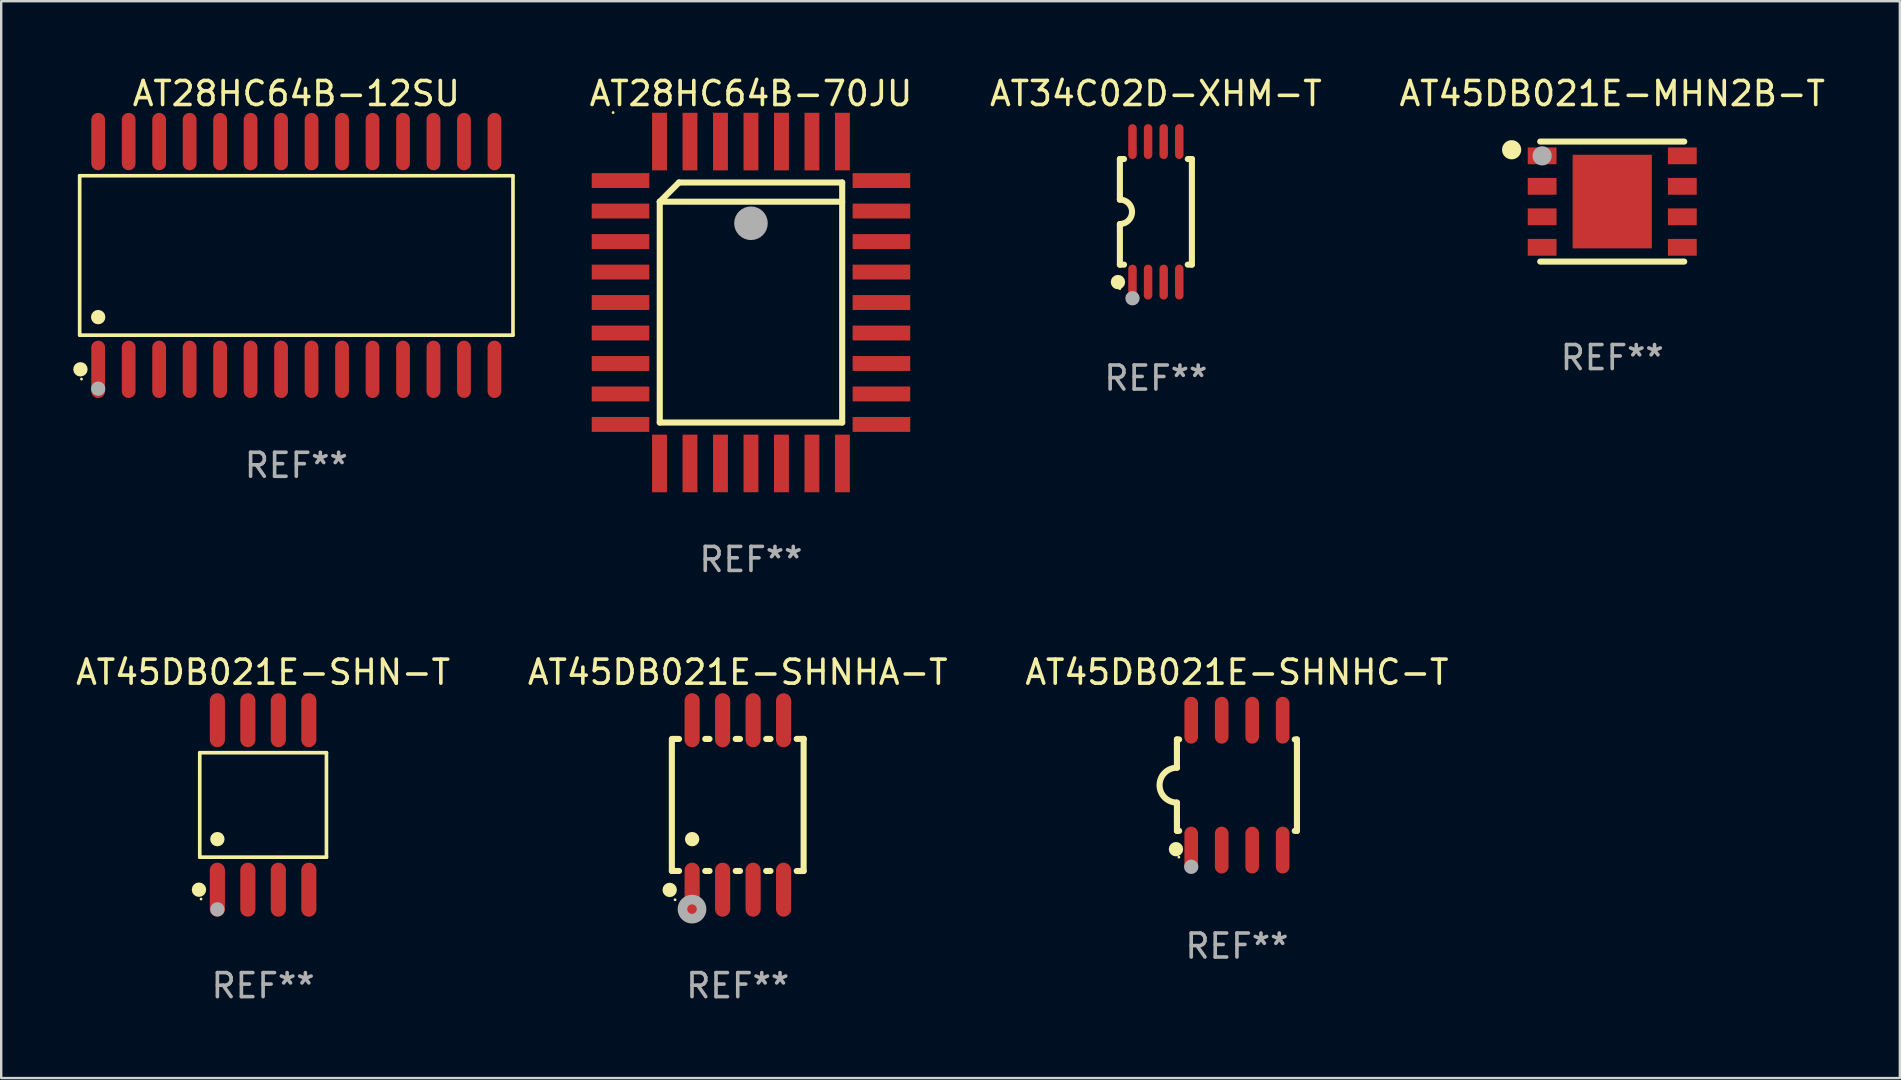
<source format=kicad_pcb>
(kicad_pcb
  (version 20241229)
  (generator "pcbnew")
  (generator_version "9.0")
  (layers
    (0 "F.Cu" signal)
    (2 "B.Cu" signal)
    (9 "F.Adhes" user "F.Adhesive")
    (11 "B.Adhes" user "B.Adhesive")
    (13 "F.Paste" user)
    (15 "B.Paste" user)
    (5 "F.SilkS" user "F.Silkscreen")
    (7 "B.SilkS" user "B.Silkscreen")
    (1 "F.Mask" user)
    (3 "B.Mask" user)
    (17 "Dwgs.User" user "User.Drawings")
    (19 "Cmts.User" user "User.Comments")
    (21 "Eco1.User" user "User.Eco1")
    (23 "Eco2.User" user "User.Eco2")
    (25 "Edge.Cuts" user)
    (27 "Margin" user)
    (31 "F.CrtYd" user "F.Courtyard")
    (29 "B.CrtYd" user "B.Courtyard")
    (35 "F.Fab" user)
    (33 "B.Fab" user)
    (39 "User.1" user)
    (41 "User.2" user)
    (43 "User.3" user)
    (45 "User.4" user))
  (footprint "AT34C02D-XHM-T"
    (layer "F.Cu")
    (at 45.105 5.775)
    (property "Reference" "AT34C02D-XHM-T" (at 0 -4.927 0) (layer "F.SilkS") (effects (font (size 1 1) (thickness 0.15))))
    (attr through_hole)
    (fp_line (start -1.5 -2.2) (end -1.5 -0.508) (stroke (width 0.254) (type solid)) (layer "F.SilkS"))
    (fp_line (start -1.5 -2.2) (end -1.328 -2.2) (stroke (width 0.254) (type solid)) (layer "F.SilkS"))
    (fp_line (start -1.5 2.2) (end -1.5 0.508) (stroke (width 0.254) (type solid)) (layer "F.SilkS"))
    (fp_line (start -1.5 2.2) (end -1.328 2.2) (stroke (width 0.254) (type solid)) (layer "F.SilkS"))
    (fp_line (start 1.328 -2.2) (end 1.5 -2.2) (stroke (width 0.254) (type solid)) (layer "F.SilkS"))
    (fp_line (start 1.328 2.2) (end 1.5 2.2) (stroke (width 0.254) (type solid)) (layer "F.SilkS"))
    (fp_line (start 1.5 -2.2) (end 1.5 2.2) (stroke (width 0.254) (type solid)) (layer "F.SilkS"))
    (fp_arc (start -1.501144 -0.508) (mid -0.993143 -0.000571) (end -1.5 0.508001) (stroke (width 0.254001) (type solid)) (layer "F.SilkS"))
    (fp_circle (center -1.581 2.927) (end -1.431 2.927) (stroke (width 0.3) (type solid)) (fill no) (layer "F.SilkS"))
    (fp_circle (center -1.5 3.2) (end -1.47 3.2) (stroke (width 0.06) (type solid)) (fill no) (layer "F.SilkS"))
    (fp_circle (center -0.975 3.6) (end -0.825 3.6) (stroke (width 0.3) (type solid)) (fill no) (layer "F.Fab"))
    (fp_text user "REF**" (at 0 6.927 0) (layer "F.Fab") (effects (font (size 1 1) (thickness 0.15))))
    (pad "1" smd oval (at -0.975 2.927) (size 0.353 1.454) (layers "F.Cu" "F.Mask" "F.Paste"))
    (pad "2" smd oval (at -0.325 2.927) (size 0.353 1.454) (layers "F.Cu" "F.Mask" "F.Paste"))
    (pad "3" smd oval (at 0.325 2.927) (size 0.353 1.454) (layers "F.Cu" "F.Mask" "F.Paste"))
    (pad "4" smd oval (at 0.975 2.927) (size 0.353 1.454) (layers "F.Cu" "F.Mask" "F.Paste"))
    (pad "5" smd oval (at 0.975 -2.927) (size 0.353 1.454) (layers "F.Cu" "F.Mask" "F.Paste"))
    (pad "6" smd oval (at 0.325 -2.927) (size 0.353 1.454) (layers "F.Cu" "F.Mask" "F.Paste"))
    (pad "7" smd oval (at -0.325 -2.927) (size 0.353 1.454) (layers "F.Cu" "F.Mask" "F.Paste"))
    (pad "8" smd oval (at -0.975 -2.927) (size 0.353 1.454) (layers "F.Cu" "F.Mask" "F.Paste")))
  (footprint "AT45DB021E-SHNHA-T"
    (layer "F.Cu")
    (at 27.685 30.485)
    (property "Reference" "AT45DB021E-SHNHA-T" (at 0 -5.53 0) (layer "F.SilkS") (effects (font (size 1 1) (thickness 0.15))))
    (attr through_hole)
    (fp_line (start -2.745 -2.75) (end -2.745 2.75) (stroke (width 0.254) (type solid)) (layer "F.SilkS"))
    (fp_line (start -2.745 2.75) (end -2.446 2.75) (stroke (width 0.254) (type solid)) (layer "F.SilkS"))
    (fp_line (start -2.446 -2.75) (end -2.725 -2.75) (stroke (width 0.254) (type solid)) (layer "F.SilkS"))
    (fp_line (start -1.354 2.75) (end -1.176 2.75) (stroke (width 0.254) (type solid)) (layer "F.SilkS"))
    (fp_line (start -1.176 -2.75) (end -1.354 -2.75) (stroke (width 0.254) (type solid)) (layer "F.SilkS"))
    (fp_line (start -0.084 2.75) (end 0.094 2.75) (stroke (width 0.254) (type solid)) (layer "F.SilkS"))
    (fp_line (start 0.094 -2.75) (end -0.084 -2.75) (stroke (width 0.254) (type solid)) (layer "F.SilkS"))
    (fp_line (start 1.186 2.75) (end 1.364 2.75) (stroke (width 0.254) (type solid)) (layer "F.SilkS"))
    (fp_line (start 1.364 -2.75) (end 1.186 -2.75) (stroke (width 0.254) (type solid)) (layer "F.SilkS"))
    (fp_line (start 2.456 2.751) (end 2.745 2.751) (stroke (width 0.254) (type solid)) (layer "F.SilkS"))
    (fp_line (start 2.745 -2.751) (end 2.456 -2.751) (stroke (width 0.254) (type solid)) (layer "F.SilkS"))
    (fp_line (start 2.745 -2.751) (end 2.745 -2.751) (stroke (width 0.254) (type solid)) (layer "F.SilkS"))
    (fp_line (start 2.745 2.751) (end 2.745 -2.751) (stroke (width 0.254) (type solid)) (layer "F.SilkS"))
    (fp_circle (center -2.835 3.54) (end -2.685 3.54) (stroke (width 0.3) (type solid)) (fill no) (layer "F.SilkS"))
    (fp_circle (center -2.61 3.95) (end -2.58 3.95) (stroke (width 0.06) (type solid)) (fill no) (layer "F.SilkS"))
    (fp_circle (center -1.9 1.424) (end -1.75 1.424) (stroke (width 0.3) (type solid)) (fill no) (layer "F.SilkS"))
    (fp_circle (center -1.905 4.34) (end -1.706 4.34) (stroke (width 0.4) (type solid)) (fill no) (layer "F.Fab"))
    (fp_text user "REF**" (at 0 7.53 0) (layer "F.Fab") (effects (font (size 1 1) (thickness 0.15))))
    (pad "1" smd oval (at -1.9 3.53) (size 0.63 2.25) (layers "F.Cu" "F.Mask" "F.Paste"))
    (pad "2" smd oval (at -0.63 3.53) (size 0.63 2.25) (layers "F.Cu" "F.Mask" "F.Paste"))
    (pad "3" smd oval (at 0.64 3.53) (size 0.63 2.25) (layers "F.Cu" "F.Mask" "F.Paste"))
    (pad "4" smd oval (at 1.91 3.53) (size 0.63 2.25) (layers "F.Cu" "F.Mask" "F.Paste"))
    (pad "5" smd oval (at 1.91 -3.53) (size 0.63 2.25) (layers "F.Cu" "F.Mask" "F.Paste"))
    (pad "6" smd oval (at 0.64 -3.53) (size 0.63 2.25) (layers "F.Cu" "F.Mask" "F.Paste"))
    (pad "7" smd oval (at -0.63 -3.53) (size 0.63 2.25) (layers "F.Cu" "F.Mask" "F.Paste"))
    (pad "8" smd oval (at -1.9 -3.53) (size 0.63 2.25) (layers "F.Cu" "F.Mask" "F.Paste")))
  (footprint "AT45DB021E-SHN-T"
    (layer "F.Cu")
    (at 7.911 30.485)
    (property "Reference" "AT45DB021E-SHN-T" (at 0 -5.53 0) (layer "F.SilkS") (effects (font (size 1 1) (thickness 0.15))))
    (attr through_hole)
    (fp_line (start -2.639 -2.176) (end 2.639 -2.176) (stroke (width 0.152) (type solid)) (layer "F.SilkS"))
    (fp_line (start -2.639 2.176) (end -2.639 -2.176) (stroke (width 0.152) (type solid)) (layer "F.SilkS"))
    (fp_line (start 2.639 -2.176) (end 2.639 2.176) (stroke (width 0.152) (type solid)) (layer "F.SilkS"))
    (fp_line (start 2.639 2.176) (end -2.639 2.176) (stroke (width 0.152) (type solid)) (layer "F.SilkS"))
    (fp_circle (center -2.672 3.53) (end -2.522 3.53) (stroke (width 0.3) (type solid)) (fill no) (layer "F.SilkS"))
    (fp_circle (center -2.585 3.92) (end -2.555 3.92) (stroke (width 0.06) (type solid)) (fill no) (layer "F.SilkS"))
    (fp_circle (center -1.905 1.424) (end -1.755 1.424) (stroke (width 0.3) (type solid)) (fill no) (layer "F.SilkS"))
    (fp_circle (center -1.905 4.35) (end -1.755 4.35) (stroke (width 0.3) (type solid)) (fill no) (layer "F.Fab"))
    (fp_text user "REF**" (at 0 7.53 0) (layer "F.Fab") (effects (font (size 1 1) (thickness 0.15))))
    (pad "1" smd oval (at -1.905 3.53) (size 0.63 2.25) (layers "F.Cu" "F.Mask" "F.Paste"))
    (pad "2" smd oval (at -0.635 3.53) (size 0.63 2.25) (layers "F.Cu" "F.Mask" "F.Paste"))
    (pad "3" smd oval (at 0.635 3.53) (size 0.63 2.25) (layers "F.Cu" "F.Mask" "F.Paste"))
    (pad "4" smd oval (at 1.905 3.53) (size 0.63 2.25) (layers "F.Cu" "F.Mask" "F.Paste"))
    (pad "5" smd oval (at 1.905 -3.53) (size 0.63 2.25) (layers "F.Cu" "F.Mask" "F.Paste"))
    (pad "6" smd oval (at 0.635 -3.53) (size 0.63 2.25) (layers "F.Cu" "F.Mask" "F.Paste"))
    (pad "7" smd oval (at -0.635 -3.53) (size 0.63 2.25) (layers "F.Cu" "F.Mask" "F.Paste"))
    (pad "8" smd oval (at -1.905 -3.53) (size 0.63 2.25) (layers "F.Cu" "F.Mask" "F.Paste")))
  (footprint "AT28HC64B-12SU"
    (layer "F.Cu")
    (at 9.295 7.592)
    (property "Reference" "AT28HC64B-12SU" (at 0 -6.744 0) (layer "F.SilkS") (effects (font (size 1 1) (thickness 0.15))))
    (attr through_hole)
    (fp_line (start -9.026 -3.321) (end 9.026 -3.321) (stroke (width 0.152) (type solid)) (layer "F.SilkS"))
    (fp_line (start -9.026 3.321) (end -9.026 -3.321) (stroke (width 0.152) (type solid)) (layer "F.SilkS"))
    (fp_line (start 9.026 -3.321) (end 9.026 3.321) (stroke (width 0.152) (type solid)) (layer "F.SilkS"))
    (fp_line (start 9.026 3.321) (end -9.026 3.321) (stroke (width 0.152) (type solid)) (layer "F.SilkS"))
    (fp_circle (center -8.994 4.744) (end -8.844 4.744) (stroke (width 0.3) (type solid)) (fill no) (layer "F.SilkS"))
    (fp_circle (center -8.95 5.15) (end -8.92 5.15) (stroke (width 0.06) (type solid)) (fill no) (layer "F.SilkS"))
    (fp_circle (center -8.255 2.569) (end -8.105 2.569) (stroke (width 0.3) (type solid)) (fill no) (layer "F.SilkS"))
    (fp_circle (center -8.255 5.55) (end -8.105 5.55) (stroke (width 0.3) (type solid)) (fill no) (layer "F.Fab"))
    (fp_text user "REF**" (at 0 8.744 0) (layer "F.Fab") (effects (font (size 1 1) (thickness 0.15))))
    (pad "1" smd oval (at -8.255 4.744) (size 0.574 2.388) (layers "F.Cu" "F.Mask" "F.Paste"))
    (pad "2" smd oval (at -6.985 4.744) (size 0.574 2.388) (layers "F.Cu" "F.Mask" "F.Paste"))
    (pad "3" smd oval (at -5.715 4.744) (size 0.574 2.388) (layers "F.Cu" "F.Mask" "F.Paste"))
    (pad "4" smd oval (at -4.445 4.744) (size 0.574 2.388) (layers "F.Cu" "F.Mask" "F.Paste"))
    (pad "5" smd oval (at -3.175 4.744) (size 0.574 2.388) (layers "F.Cu" "F.Mask" "F.Paste"))
    (pad "6" smd oval (at -1.905 4.744) (size 0.574 2.388) (layers "F.Cu" "F.Mask" "F.Paste"))
    (pad "7" smd oval (at -0.635 4.744) (size 0.574 2.388) (layers "F.Cu" "F.Mask" "F.Paste"))
    (pad "8" smd oval (at 0.635 4.744) (size 0.574 2.388) (layers "F.Cu" "F.Mask" "F.Paste"))
    (pad "9" smd oval (at 1.905 4.744) (size 0.574 2.388) (layers "F.Cu" "F.Mask" "F.Paste"))
    (pad "10" smd oval (at 3.175 4.744) (size 0.574 2.388) (layers "F.Cu" "F.Mask" "F.Paste"))
    (pad "11" smd oval (at 4.445 4.744) (size 0.574 2.388) (layers "F.Cu" "F.Mask" "F.Paste"))
    (pad "12" smd oval (at 5.715 4.744) (size 0.574 2.388) (layers "F.Cu" "F.Mask" "F.Paste"))
    (pad "13" smd oval (at 6.985 4.744) (size 0.574 2.388) (layers "F.Cu" "F.Mask" "F.Paste"))
    (pad "14" smd oval (at 8.255 4.744) (size 0.574 2.388) (layers "F.Cu" "F.Mask" "F.Paste"))
    (pad "15" smd oval (at 8.255 -4.744) (size 0.574 2.388) (layers "F.Cu" "F.Mask" "F.Paste"))
    (pad "16" smd oval (at 6.985 -4.744) (size 0.574 2.388) (layers "F.Cu" "F.Mask" "F.Paste"))
    (pad "17" smd oval (at 5.715 -4.744) (size 0.574 2.388) (layers "F.Cu" "F.Mask" "F.Paste"))
    (pad "18" smd oval (at 4.445 -4.744) (size 0.574 2.388) (layers "F.Cu" "F.Mask" "F.Paste"))
    (pad "19" smd oval (at 3.175 -4.744) (size 0.574 2.388) (layers "F.Cu" "F.Mask" "F.Paste"))
    (pad "20" smd oval (at 1.905 -4.744) (size 0.574 2.388) (layers "F.Cu" "F.Mask" "F.Paste"))
    (pad "21" smd oval (at 0.635 -4.744) (size 0.574 2.388) (layers "F.Cu" "F.Mask" "F.Paste"))
    (pad "22" smd oval (at -0.635 -4.744) (size 0.574 2.388) (layers "F.Cu" "F.Mask" "F.Paste"))
    (pad "23" smd oval (at -1.905 -4.744) (size 0.574 2.388) (layers "F.Cu" "F.Mask" "F.Paste"))
    (pad "24" smd oval (at -3.175 -4.744) (size 0.574 2.388) (layers "F.Cu" "F.Mask" "F.Paste"))
    (pad "25" smd oval (at -4.445 -4.744) (size 0.574 2.388) (layers "F.Cu" "F.Mask" "F.Paste"))
    (pad "26" smd oval (at -5.715 -4.744) (size 0.574 2.388) (layers "F.Cu" "F.Mask" "F.Paste"))
    (pad "27" smd oval (at -6.985 -4.744) (size 0.574 2.388) (layers "F.Cu" "F.Mask" "F.Paste"))
    (pad "28" smd oval (at -8.255 -4.744) (size 0.574 2.388) (layers "F.Cu" "F.Mask" "F.Paste")))
  (footprint "AT45DB021E-MHN2B-T"
    (layer "F.Cu")
    (at 64.117 5.348)
    (property "Reference" "AT45DB021E-MHN2B-T" (at 0 -4.5 0) (layer "F.SilkS") (effects (font (size 1 1) (thickness 0.15))))
    (attr through_hole)
    (fp_line (start 3 -2.5) (end -3 -2.5) (stroke (width 0.254) (type solid)) (layer "F.SilkS"))
    (fp_line (start 3 2.5) (end -3 2.5) (stroke (width 0.254) (type solid)) (layer "F.SilkS"))
    (fp_circle (center -4.191 -2.159) (end -3.991 -2.159) (stroke (width 0.4) (type solid)) (fill no) (layer "F.SilkS"))
    (fp_circle (center -3 -2.5) (end -2.97 -2.5) (stroke (width 0.06) (type solid)) (fill no) (layer "F.SilkS"))
    (fp_circle (center -2.92 -1.905) (end -2.72 -1.905) (stroke (width 0.4) (type solid)) (fill no) (layer "F.Fab"))
    (fp_text user "REF**" (at 0 6.5 0) (layer "F.Fab") (effects (font (size 1 1) (thickness 0.15))))
    (pad "1" smd rect (at -2.92 -1.905) (size 1.2 0.7) (layers "F.Cu" "F.Mask" "F.Paste"))
    (pad "2" smd rect (at -2.92 -0.635) (size 1.2 0.7) (layers "F.Cu" "F.Mask" "F.Paste"))
    (pad "3" smd rect (at -2.92 0.635) (size 1.2 0.7) (layers "F.Cu" "F.Mask" "F.Paste"))
    (pad "4" smd rect (at -2.92 1.905) (size 1.2 0.7) (layers "F.Cu" "F.Mask" "F.Paste"))
    (pad "5" smd rect (at 2.92 1.905) (size 1.2 0.7) (layers "F.Cu" "F.Mask" "F.Paste"))
    (pad "6" smd rect (at 2.92 0.635) (size 1.2 0.7) (layers "F.Cu" "F.Mask" "F.Paste"))
    (pad "7" smd rect (at 2.92 -0.635) (size 1.2 0.7) (layers "F.Cu" "F.Mask" "F.Paste"))
    (pad "8" smd rect (at 2.92 -1.905) (size 1.2 0.7) (layers "F.Cu" "F.Mask" "F.Paste"))
    (pad "9" smd rect (at 0 0) (size 3.3 3.9) (layers "F.Cu" "F.Mask" "F.Paste")))
  (footprint "AT28HC64B-70JU"
    (layer "F.Cu")
    (at 28.236 9.553)
    (property "Reference" "AT28HC64B-70JU" (at 0 -8.705 0) (layer "F.SilkS") (effects (font (size 1 1) (thickness 0.15))))
    (attr through_hole)
    (fp_line (start -3.8 -4.2) (end -3 -5) (stroke (width 0.254) (type solid)) (layer "F.SilkS"))
    (fp_line (start -3.8 -4.2) (end 3.8 -4.2) (stroke (width 0.254) (type solid)) (layer "F.SilkS"))
    (fp_line (start -3.8 5) (end -3.8 -4.2) (stroke (width 0.254) (type solid)) (layer "F.SilkS"))
    (fp_line (start -3 -5) (end 3.8 -5) (stroke (width 0.254) (type solid)) (layer "F.SilkS"))
    (fp_line (start 3.8 -5) (end 3.8 5) (stroke (width 0.254) (type solid)) (layer "F.SilkS"))
    (fp_line (start 3.8 5) (end -3.8 5) (stroke (width 0.254) (type solid)) (layer "F.SilkS"))
    (fp_arc (start 0.299721 -3.294387) (mid 0.29971 -3.296927) (end 0.299721 -3.299467) (stroke (width 0.6) (type solid)) (layer "F.SilkS"))
    (fp_circle (center -5.744 -7.913) (end -5.714 -7.913) (stroke (width 0.06) (type solid)) (fill no) (layer "F.SilkS"))
    (fp_circle (center 0 -3.302) (end 0.35 -3.302) (stroke (width 0.7) (type solid)) (fill no) (layer "F.Fab"))
    (fp_text user "REF**" (at 0 10.705 0) (layer "F.Fab") (effects (font (size 1 1) (thickness 0.15))))
    (pad "1" smd rect (at 0 -6.705 180) (size 0.62 2.4) (layers "F.Cu" "F.Mask" "F.Paste"))
    (pad "2" smd rect (at -1.27 -6.705 180) (size 0.62 2.4) (layers "F.Cu" "F.Mask" "F.Paste"))
    (pad "3" smd rect (at -2.54 -6.705 180) (size 0.62 2.4) (layers "F.Cu" "F.Mask" "F.Paste"))
    (pad "4" smd rect (at -3.81 -6.705 180) (size 0.62 2.4) (layers "F.Cu" "F.Mask" "F.Paste"))
    (pad "5" smd rect (at -5.435 -5.08 270) (size 0.62 2.4) (layers "F.Cu" "F.Mask" "F.Paste"))
    (pad "6" smd rect (at -5.435 -3.81 270) (size 0.62 2.4) (layers "F.Cu" "F.Mask" "F.Paste"))
    (pad "7" smd rect (at -5.435 -2.54 270) (size 0.62 2.4) (layers "F.Cu" "F.Mask" "F.Paste"))
    (pad "8" smd rect (at -5.435 -1.27 270) (size 0.62 2.4) (layers "F.Cu" "F.Mask" "F.Paste"))
    (pad "9" smd rect (at -5.435 0 270) (size 0.62 2.4) (layers "F.Cu" "F.Mask" "F.Paste"))
    (pad "10" smd rect (at -5.435 1.27 270) (size 0.62 2.4) (layers "F.Cu" "F.Mask" "F.Paste"))
    (pad "11" smd rect (at -5.435 2.54 270) (size 0.62 2.4) (layers "F.Cu" "F.Mask" "F.Paste"))
    (pad "12" smd rect (at -5.435 3.81 270) (size 0.62 2.4) (layers "F.Cu" "F.Mask" "F.Paste"))
    (pad "13" smd rect (at -5.435 5.08 270) (size 0.62 2.4) (layers "F.Cu" "F.Mask" "F.Paste"))
    (pad "14" smd rect (at -3.81 6.705) (size 0.62 2.4) (layers "F.Cu" "F.Mask" "F.Paste"))
    (pad "15" smd rect (at -2.54 6.705) (size 0.62 2.4) (layers "F.Cu" "F.Mask" "F.Paste"))
    (pad "16" smd rect (at -1.27 6.705) (size 0.62 2.4) (layers "F.Cu" "F.Mask" "F.Paste"))
    (pad "17" smd rect (at 0 6.705) (size 0.62 2.4) (layers "F.Cu" "F.Mask" "F.Paste"))
    (pad "18" smd rect (at 1.27 6.705) (size 0.62 2.4) (layers "F.Cu" "F.Mask" "F.Paste"))
    (pad "19" smd rect (at 2.54 6.705) (size 0.62 2.4) (layers "F.Cu" "F.Mask" "F.Paste"))
    (pad "20" smd rect (at 3.81 6.705) (size 0.62 2.4) (layers "F.Cu" "F.Mask" "F.Paste"))
    (pad "21" smd rect (at 5.435 5.08 90) (size 0.62 2.4) (layers "F.Cu" "F.Mask" "F.Paste"))
    (pad "22" smd rect (at 5.435 3.81 90) (size 0.62 2.4) (layers "F.Cu" "F.Mask" "F.Paste"))
    (pad "23" smd rect (at 5.435 2.54 90) (size 0.62 2.4) (layers "F.Cu" "F.Mask" "F.Paste"))
    (pad "24" smd rect (at 5.435 1.27 90) (size 0.62 2.4) (layers "F.Cu" "F.Mask" "F.Paste"))
    (pad "25" smd rect (at 5.435 0 90) (size 0.62 2.4) (layers "F.Cu" "F.Mask" "F.Paste"))
    (pad "26" smd rect (at 5.435 -1.27 90) (size 0.62 2.4) (layers "F.Cu" "F.Mask" "F.Paste"))
    (pad "27" smd rect (at 5.435 -2.54 90) (size 0.62 2.4) (layers "F.Cu" "F.Mask" "F.Paste"))
    (pad "28" smd rect (at 5.435 -3.81 90) (size 0.62 2.4) (layers "F.Cu" "F.Mask" "F.Paste"))
    (pad "29" smd rect (at 5.435 -5.08 90) (size 0.62 2.4) (layers "F.Cu" "F.Mask" "F.Paste"))
    (pad "30" smd rect (at 3.81 -6.705) (size 0.62 2.4) (layers "F.Cu" "F.Mask" "F.Paste"))
    (pad "31" smd rect (at 2.54 -6.705) (size 0.62 2.4) (layers "F.Cu" "F.Mask" "F.Paste"))
    (pad "32" smd rect (at 1.27 -6.705) (size 0.62 2.4) (layers "F.Cu" "F.Mask" "F.Paste")))
  (footprint "AT45DB021E-SHNHC-T"
    (layer "F.Cu")
    (at 48.482 29.66)
    (property "Reference" "AT45DB021E-SHNHC-T" (at 0 -4.705 0) (layer "F.SilkS") (effects (font (size 1 1) (thickness 0.15))))
    (attr through_hole)
    (fp_line (start -2.5 -1.905) (end -2.409 -1.905) (stroke (width 0.254) (type solid)) (layer "F.SilkS"))
    (fp_line (start -2.5 -1.5) (end -2.5 -1.905) (stroke (width 0.254) (type solid)) (layer "F.SilkS"))
    (fp_line (start -2.5 -1.5) (end -2.5 -0.726) (stroke (width 0.254) (type solid)) (layer "F.SilkS"))
    (fp_line (start -2.5 1.5) (end -2.5 0.727) (stroke (width 0.254) (type solid)) (layer "F.SilkS"))
    (fp_line (start -2.5 1.5) (end -2.5 1.905) (stroke (width 0.254) (type solid)) (layer "F.SilkS"))
    (fp_line (start -2.5 1.905) (end -2.409 1.905) (stroke (width 0.254) (type solid)) (layer "F.SilkS"))
    (fp_line (start 2.5 -1.905) (end 2.409 -1.905) (stroke (width 0.254) (type solid)) (layer "F.SilkS"))
    (fp_line (start 2.5 -1.5) (end 2.5 -1.905) (stroke (width 0.254) (type solid)) (layer "F.SilkS"))
    (fp_line (start 2.5 -1.5) (end 2.5 1.5) (stroke (width 0.254) (type solid)) (layer "F.SilkS"))
    (fp_line (start 2.5 1.5) (end 2.5 1.905) (stroke (width 0.254) (type solid)) (layer "F.SilkS"))
    (fp_line (start 2.5 1.905) (end 2.409 1.905) (stroke (width 0.254) (type solid)) (layer "F.SilkS"))
    (fp_arc (start -2.5 0.726568) (mid -3.220316 -0.0023) (end -2.495097 -0.726289) (stroke (width 0.254001) (type solid)) (layer "F.SilkS"))
    (fp_circle (center -2.54 2.667) (end -2.39 2.667) (stroke (width 0.3) (type solid)) (fill no) (layer "F.SilkS"))
    (fp_circle (center -2.42 3) (end -2.39 3) (stroke (width 0.06) (type solid)) (fill no) (layer "F.SilkS"))
    (fp_circle (center -1.905 3.4) (end -1.755 3.4) (stroke (width 0.3) (type solid)) (fill no) (layer "F.Fab"))
    (fp_text user "REF**" (at 0 6.705 0) (layer "F.Fab") (effects (font (size 1 1) (thickness 0.15))))
    (pad "1" smd oval (at -1.905 2.705) (size 0.568 1.95) (layers "F.Cu" "F.Mask" "F.Paste"))
    (pad "2" smd oval (at -0.635 2.705) (size 0.568 1.95) (layers "F.Cu" "F.Mask" "F.Paste"))
    (pad "3" smd oval (at 0.635 2.705) (size 0.568 1.95) (layers "F.Cu" "F.Mask" "F.Paste"))
    (pad "4" smd oval (at 1.905 2.705) (size 0.568 1.95) (layers "F.Cu" "F.Mask" "F.Paste"))
    (pad "5" smd oval (at 1.905 -2.705) (size 0.568 1.95) (layers "F.Cu" "F.Mask" "F.Paste"))
    (pad "6" smd oval (at 0.635 -2.705) (size 0.568 1.95) (layers "F.Cu" "F.Mask" "F.Paste"))
    (pad "7" smd oval (at -0.635 -2.705) (size 0.568 1.95) (layers "F.Cu" "F.Mask" "F.Paste"))
    (pad "8" smd oval (at -1.905 -2.705) (size 0.568 1.95) (layers "F.Cu" "F.Mask" "F.Paste")))
  (gr_rect
    (start -3 -3)
    (end 76.099 41.863)
    (stroke (width 0.1) (type default))
    (fill no)
    (layer "Edge.Cuts")))
</source>
